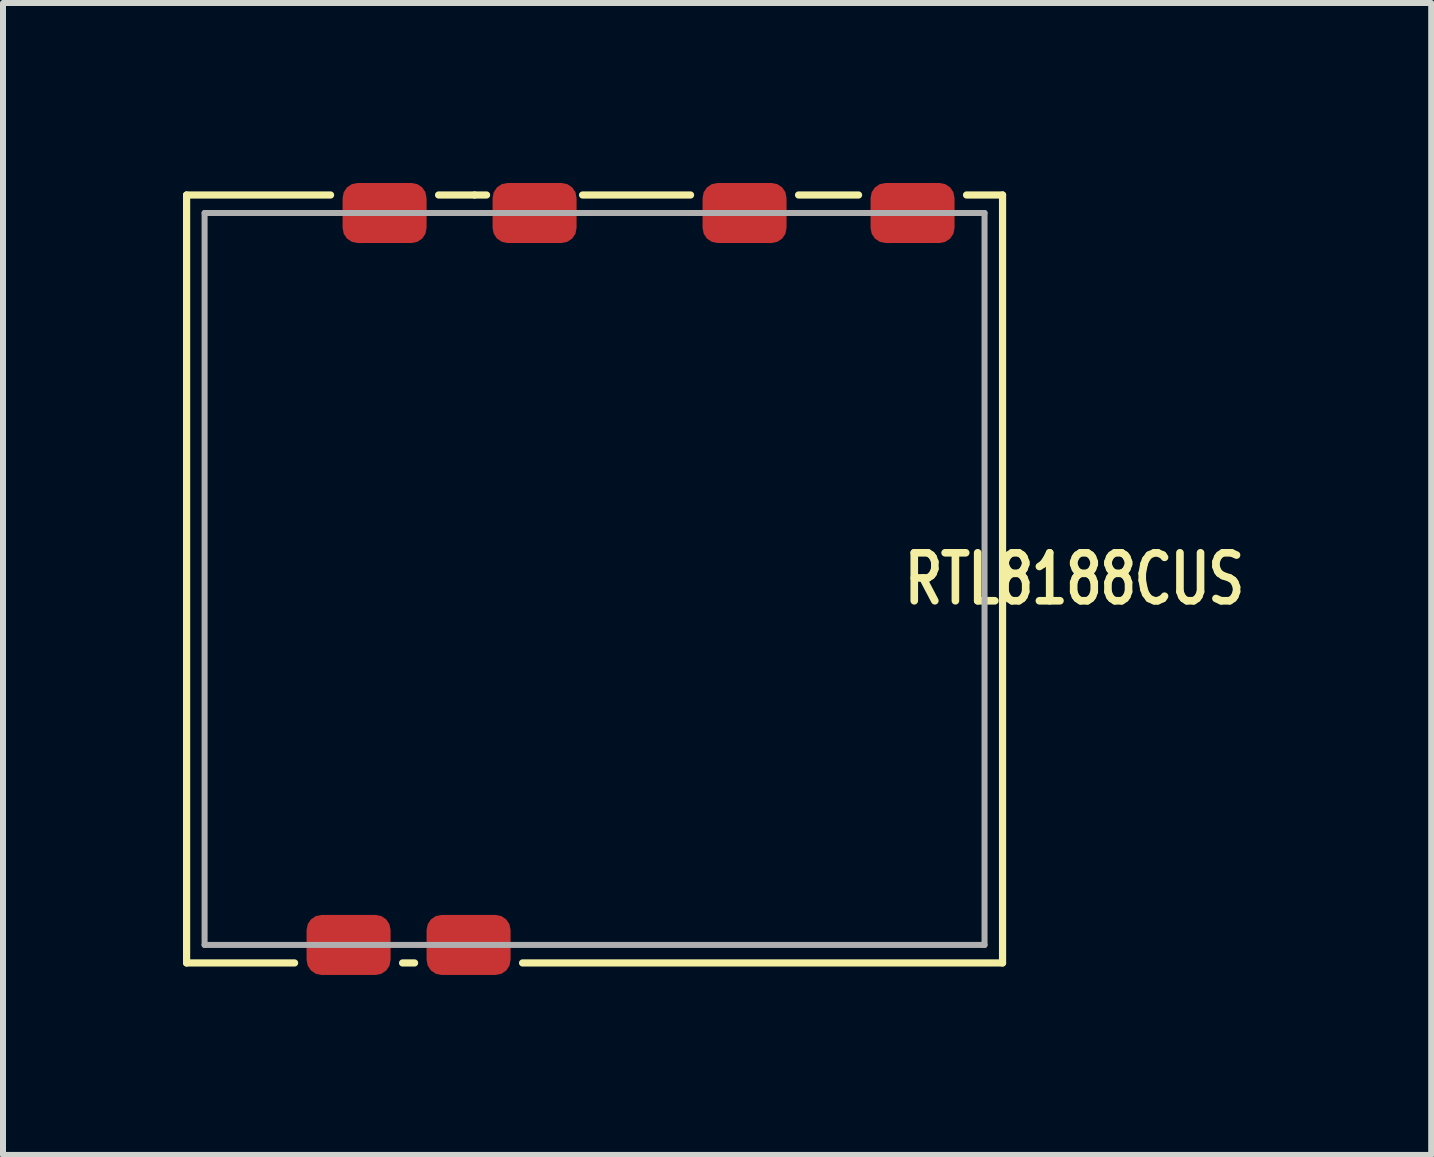
<source format=kicad_pcb>
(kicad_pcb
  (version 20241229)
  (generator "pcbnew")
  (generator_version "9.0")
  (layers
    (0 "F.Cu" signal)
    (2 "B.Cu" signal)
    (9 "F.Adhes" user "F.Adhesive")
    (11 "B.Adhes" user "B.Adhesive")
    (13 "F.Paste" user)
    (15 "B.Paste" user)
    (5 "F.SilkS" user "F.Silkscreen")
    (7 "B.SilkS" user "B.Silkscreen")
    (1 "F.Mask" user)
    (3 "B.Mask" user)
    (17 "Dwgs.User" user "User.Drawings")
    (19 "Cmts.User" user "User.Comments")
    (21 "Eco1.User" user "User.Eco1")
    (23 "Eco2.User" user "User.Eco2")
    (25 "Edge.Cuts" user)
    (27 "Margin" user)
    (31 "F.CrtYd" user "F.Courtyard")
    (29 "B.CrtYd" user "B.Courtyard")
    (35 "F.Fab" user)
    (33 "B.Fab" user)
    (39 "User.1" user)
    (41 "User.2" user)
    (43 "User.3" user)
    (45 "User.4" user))
  (footprint "RTL8188CUS"
    (layer "F.Cu")
    (at 6.86 6.6)
    (property "Reference" "RTL8188CUS" (at 8 0 0) (unlocked yes) (layer "F.SilkS") (effects (font (size 0.8 0.6) (thickness 0.127))))
    (attr smd)
    (fp_line (start -6.8 -6.4) (end -4.4 -6.4) (stroke (width 0.12) (type solid)) (layer "F.SilkS"))
    (fp_line (start -6.8 6.4) (end -6.8 -6.4) (stroke (width 0.12) (type solid)) (layer "F.SilkS"))
    (fp_line (start -5 6.4) (end -6.8 6.4) (stroke (width 0.12) (type solid)) (layer "F.SilkS"))
    (fp_line (start -3 6.4) (end -3.2 6.4) (stroke (width 0.12) (type solid)) (layer "F.SilkS"))
    (fp_line (start -2.6 -6.4) (end -2 -6.4) (stroke (width 0.12) (type solid)) (layer "F.SilkS"))
    (fp_line (start -1.8 -6.4) (end -2 -6.4) (stroke (width 0.12) (type solid)) (layer "F.SilkS"))
    (fp_line (start -0.2 -6.4) (end 1.6 -6.4) (stroke (width 0.12) (type solid)) (layer "F.SilkS"))
    (fp_line (start 3.4 -6.4) (end 4.4 -6.4) (stroke (width 0.12) (type solid)) (layer "F.SilkS"))
    (fp_line (start 6.2 -6.4) (end 6.8 -6.4) (stroke (width 0.12) (type solid)) (layer "F.SilkS"))
    (fp_line (start 6.8 -6.4) (end 6.8 6.4) (stroke (width 0.12) (type solid)) (layer "F.SilkS"))
    (fp_line (start 6.8 6.4) (end -1.2 6.4) (stroke (width 0.12) (type solid)) (layer "F.SilkS"))
    (fp_line (start -6.5 -6.1) (end 6.5 -6.1) (stroke (width 0.1) (type solid)) (layer "F.Fab"))
    (fp_line (start -6.5 6.1) (end -6.5 -6.1) (stroke (width 0.1) (type solid)) (layer "F.Fab"))
    (fp_line (start 6.5 -6.1) (end 6.5 6.1) (stroke (width 0.1) (type solid)) (layer "F.Fab"))
    (fp_line (start 6.5 6.1) (end -6.5 6.1) (stroke (width 0.1) (type solid)) (layer "F.Fab"))
    (pad "1" smd roundrect (at -3.5 -6.1 90) (size 1 1.4) (layers "F.Cu" "F.Mask" "F.Paste") (roundrect_rratio 0.25))
    (pad "2" smd roundrect (at -1 -6.1 90) (size 1 1.4) (layers "F.Cu" "F.Mask" "F.Paste") (roundrect_rratio 0.25))
    (pad "3" smd roundrect (at 2.5 -6.1 90) (size 1 1.4) (layers "F.Cu" "F.Mask" "F.Paste") (roundrect_rratio 0.25))
    (pad "4" smd roundrect (at 5.3 -6.1 90) (size 1 1.4) (layers "F.Cu" "F.Mask" "F.Paste") (roundrect_rratio 0.25))
    (pad "5" smd roundrect (at -4.1 6.1 90) (size 1 1.4) (layers "F.Cu" "F.Mask" "F.Paste") (roundrect_rratio 0.25))
    (pad "6" smd roundrect (at -2.1 6.1 90) (size 1 1.4) (layers "F.Cu" "F.Mask" "F.Paste") (roundrect_rratio 0.25)))
  (gr_rect
    (start -3 -3)
    (end 20.805 16.2)
    (stroke (width 0.1) (type default))
    (fill no)
    (layer "Edge.Cuts")))
</source>
